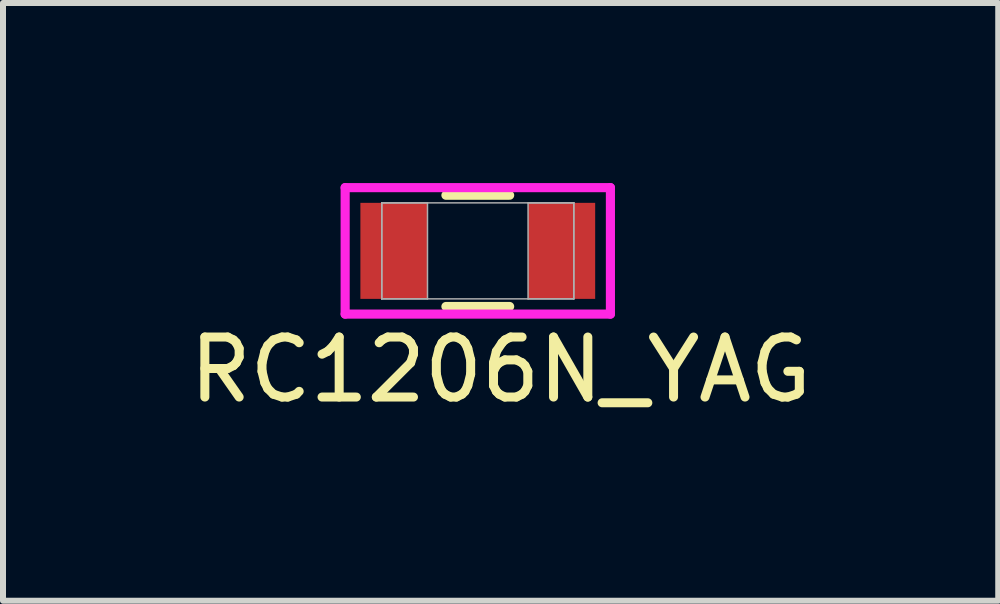
<source format=kicad_pcb>
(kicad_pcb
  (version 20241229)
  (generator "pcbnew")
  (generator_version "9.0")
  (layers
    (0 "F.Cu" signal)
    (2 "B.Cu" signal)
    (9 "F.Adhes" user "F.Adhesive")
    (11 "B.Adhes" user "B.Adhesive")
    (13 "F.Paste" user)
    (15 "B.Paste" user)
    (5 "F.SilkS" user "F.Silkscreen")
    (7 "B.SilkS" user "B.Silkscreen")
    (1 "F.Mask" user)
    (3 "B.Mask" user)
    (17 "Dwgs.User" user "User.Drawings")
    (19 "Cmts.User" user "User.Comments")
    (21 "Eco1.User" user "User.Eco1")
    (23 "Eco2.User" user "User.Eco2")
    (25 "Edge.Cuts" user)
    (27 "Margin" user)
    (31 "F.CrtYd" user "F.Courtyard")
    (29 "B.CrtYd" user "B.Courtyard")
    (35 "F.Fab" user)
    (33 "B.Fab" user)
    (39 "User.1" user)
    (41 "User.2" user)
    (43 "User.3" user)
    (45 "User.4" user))
  (footprint "RC1206N_YAG"
    (layer "F.Cu")
    (at 4.911 1.13)
    (property "Reference" "RC1206N_YAG" (at 0.381 1.981 0) (unlocked yes) (layer "F.SilkS") (effects (font (size 1 1) (thickness 0.15))))
    (attr smd)
    (fp_line (start -0.531 0.927) (end 0.531 0.927) (stroke (width 0.152) (type solid)) (layer "F.SilkS"))
    (fp_line (start 0.531 -0.927) (end -0.531 -0.927) (stroke (width 0.152) (type solid)) (layer "F.SilkS"))
    (fp_line (start -2.21 -1.054) (end 2.21 -1.054) (stroke (width 0.152) (type solid)) (layer "F.CrtYd"))
    (fp_line (start -2.21 1.054) (end -2.21 -1.054) (stroke (width 0.152) (type solid)) (layer "F.CrtYd"))
    (fp_line (start 2.21 -1.054) (end 2.21 1.054) (stroke (width 0.152) (type solid)) (layer "F.CrtYd"))
    (fp_line (start 2.21 1.054) (end -2.21 1.054) (stroke (width 0.152) (type solid)) (layer "F.CrtYd"))
    (fp_line (start -1.6 -0.8) (end -1.6 0.8) (stroke (width 0.025) (type solid)) (layer "F.Fab"))
    (fp_line (start -1.6 -0.8) (end -1.6 0.8) (stroke (width 0.025) (type solid)) (layer "F.Fab"))
    (fp_line (start -1.6 0.8) (end -0.838 0.8) (stroke (width 0.025) (type solid)) (layer "F.Fab"))
    (fp_line (start -1.6 0.8) (end 1.6 0.8) (stroke (width 0.025) (type solid)) (layer "F.Fab"))
    (fp_line (start -0.838 -0.8) (end -1.6 -0.8) (stroke (width 0.025) (type solid)) (layer "F.Fab"))
    (fp_line (start -0.838 0.8) (end -0.838 -0.8) (stroke (width 0.025) (type solid)) (layer "F.Fab"))
    (fp_line (start 0.838 -0.8) (end 0.838 0.8) (stroke (width 0.025) (type solid)) (layer "F.Fab"))
    (fp_line (start 0.838 0.8) (end 1.6 0.8) (stroke (width 0.025) (type solid)) (layer "F.Fab"))
    (fp_line (start 1.6 -0.8) (end -1.6 -0.8) (stroke (width 0.025) (type solid)) (layer "F.Fab"))
    (fp_line (start 1.6 -0.8) (end 0.838 -0.8) (stroke (width 0.025) (type solid)) (layer "F.Fab"))
    (fp_line (start 1.6 0.8) (end 1.6 -0.8) (stroke (width 0.025) (type solid)) (layer "F.Fab"))
    (fp_line (start 1.6 0.8) (end 1.6 -0.8) (stroke (width 0.025) (type solid)) (layer "F.Fab"))
    (pad "1" smd rect (at -1.397 0) (size 1.118 1.6) (layers "F.Cu" "F.Mask" "F.Paste"))
    (pad "2" smd rect (at 1.397 0) (size 1.118 1.6) (layers "F.Cu" "F.Mask" "F.Paste"))
    (zone (net_name "") (layer "F.Cu") (hatch full 0.508) (connect_pads) (min_thickness 0.254) (filled_areas_thickness no) (keepout (tracks not_allowed) (vias not_allowed) (pads allowed) (copperpour not_allowed) (footprints allowed)) (placement (enabled no)) (fill) (polygon (pts (xy 4.123 0.381) (xy 5.698 0.381) (xy 5.698 1.88) (xy 4.123 1.88)))))
  (gr_rect
    (start -3 -3)
    (end 13.583 6.96)
    (stroke (width 0.1) (type default))
    (fill no)
    (layer "Edge.Cuts")))
</source>
